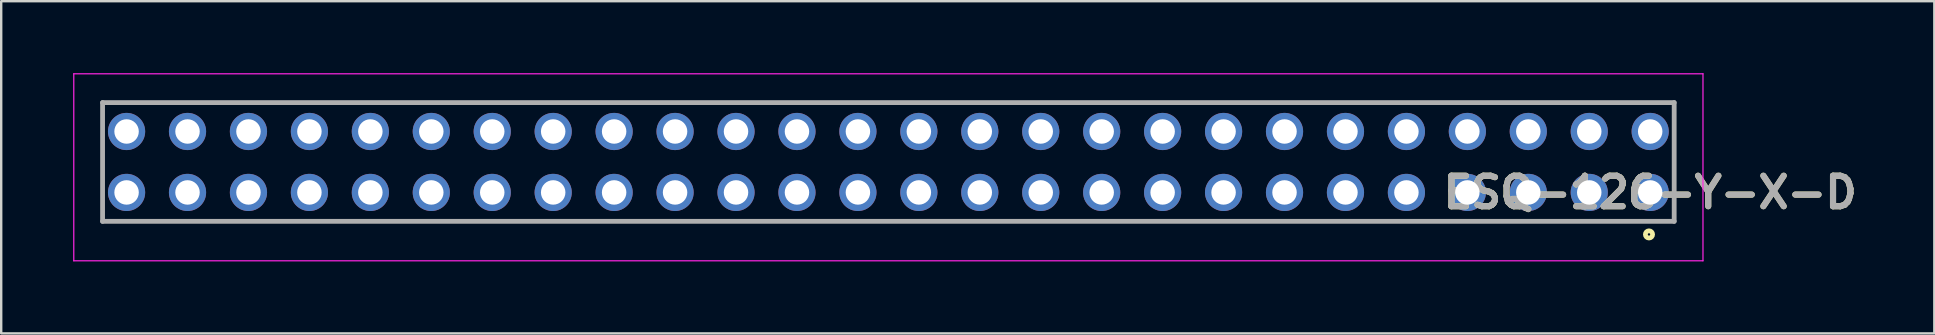
<source format=kicad_pcb>
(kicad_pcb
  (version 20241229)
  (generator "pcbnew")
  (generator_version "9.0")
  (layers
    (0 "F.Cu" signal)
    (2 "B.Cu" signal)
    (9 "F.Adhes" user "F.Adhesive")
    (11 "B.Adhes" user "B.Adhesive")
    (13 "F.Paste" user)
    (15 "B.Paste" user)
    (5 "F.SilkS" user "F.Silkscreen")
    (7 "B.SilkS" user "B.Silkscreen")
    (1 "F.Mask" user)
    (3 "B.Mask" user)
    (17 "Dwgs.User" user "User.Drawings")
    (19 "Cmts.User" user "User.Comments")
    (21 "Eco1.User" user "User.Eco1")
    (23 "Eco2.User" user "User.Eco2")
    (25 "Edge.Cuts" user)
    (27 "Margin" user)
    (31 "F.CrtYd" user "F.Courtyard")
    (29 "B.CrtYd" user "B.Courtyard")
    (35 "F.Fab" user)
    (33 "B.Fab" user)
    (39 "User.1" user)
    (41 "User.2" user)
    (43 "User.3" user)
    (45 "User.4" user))
  (footprint "ESQ-126-Y-X-D"
    (layer "F.Cu")
    (at 65.725 4.97)
    (property "Reference" "ESQ-126-Y-X-D" (at 0 0 0) (layer "F.SilkS") (effects (font (size 1.27 1.27) (thickness 0.254))))
    (attr through_hole)
    (fp_line (start -64.5 -3.745) (end 1 -3.745) (stroke (width 0.1) (type solid)) (layer "F.SilkS"))
    (fp_line (start -64.5 1.205) (end -64.5 -3.745) (stroke (width 0.1) (type solid)) (layer "F.SilkS"))
    (fp_line (start 1 -3.745) (end 1 1.205) (stroke (width 0.1) (type solid)) (layer "F.SilkS"))
    (fp_line (start 1 1.205) (end -64.5 1.205) (stroke (width 0.1) (type solid)) (layer "F.SilkS"))
    (fp_circle (center -0.05 1.75) (end -0.05 1.8) (stroke (width 0.2) (type solid)) (fill no) (layer "F.SilkS"))
    (fp_line (start -65.7 -4.945) (end 2.2 -4.945) (stroke (width 0.05) (type solid)) (layer "F.CrtYd"))
    (fp_line (start -65.7 2.85) (end -65.7 -4.945) (stroke (width 0.05) (type solid)) (layer "F.CrtYd"))
    (fp_line (start 2.2 -4.945) (end 2.2 2.85) (stroke (width 0.05) (type solid)) (layer "F.CrtYd"))
    (fp_line (start 2.2 2.85) (end -65.7 2.85) (stroke (width 0.05) (type solid)) (layer "F.CrtYd"))
    (fp_line (start -64.5 -3.745) (end 1 -3.745) (stroke (width 0.2) (type solid)) (layer "F.Fab"))
    (fp_line (start -64.5 1.205) (end -64.5 -3.745) (stroke (width 0.2) (type solid)) (layer "F.Fab"))
    (fp_line (start 1 -3.745) (end 1 1.205) (stroke (width 0.2) (type solid)) (layer "F.Fab"))
    (fp_line (start 1 1.205) (end -64.5 1.205) (stroke (width 0.2) (type solid)) (layer "F.Fab"))
    (fp_text user "${REFERENCE}" (at 0 0 0) (layer "F.Fab") (effects (font (size 1.27 1.27) (thickness 0.254))))
    (pad "1" thru_hole circle (at 0 0) (size 1.55 1.55) (drill 1.02) (layers "*.Cu" "*.Mask"))
    (pad "2" thru_hole circle (at 0 -2.54) (size 1.55 1.55) (drill 1.02) (layers "*.Cu" "*.Mask"))
    (pad "3" thru_hole circle (at -2.54 0) (size 1.55 1.55) (drill 1.02) (layers "*.Cu" "*.Mask"))
    (pad "4" thru_hole circle (at -2.54 -2.54) (size 1.55 1.55) (drill 1.02) (layers "*.Cu" "*.Mask"))
    (pad "5" thru_hole circle (at -5.08 0) (size 1.55 1.55) (drill 1.02) (layers "*.Cu" "*.Mask"))
    (pad "6" thru_hole circle (at -5.08 -2.54) (size 1.55 1.55) (drill 1.02) (layers "*.Cu" "*.Mask"))
    (pad "7" thru_hole circle (at -7.62 0) (size 1.55 1.55) (drill 1.02) (layers "*.Cu" "*.Mask"))
    (pad "8" thru_hole circle (at -7.62 -2.54) (size 1.55 1.55) (drill 1.02) (layers "*.Cu" "*.Mask"))
    (pad "9" thru_hole circle (at -10.16 0) (size 1.55 1.55) (drill 1.02) (layers "*.Cu" "*.Mask"))
    (pad "10" thru_hole circle (at -10.16 -2.54) (size 1.55 1.55) (drill 1.02) (layers "*.Cu" "*.Mask"))
    (pad "11" thru_hole circle (at -12.7 0) (size 1.55 1.55) (drill 1.02) (layers "*.Cu" "*.Mask"))
    (pad "12" thru_hole circle (at -12.7 -2.54) (size 1.55 1.55) (drill 1.02) (layers "*.Cu" "*.Mask"))
    (pad "13" thru_hole circle (at -15.24 0) (size 1.55 1.55) (drill 1.02) (layers "*.Cu" "*.Mask"))
    (pad "14" thru_hole circle (at -15.24 -2.54) (size 1.55 1.55) (drill 1.02) (layers "*.Cu" "*.Mask"))
    (pad "15" thru_hole circle (at -17.78 0) (size 1.55 1.55) (drill 1.02) (layers "*.Cu" "*.Mask"))
    (pad "16" thru_hole circle (at -17.78 -2.54) (size 1.55 1.55) (drill 1.02) (layers "*.Cu" "*.Mask"))
    (pad "17" thru_hole circle (at -20.32 0) (size 1.55 1.55) (drill 1.02) (layers "*.Cu" "*.Mask"))
    (pad "18" thru_hole circle (at -20.32 -2.54) (size 1.55 1.55) (drill 1.02) (layers "*.Cu" "*.Mask"))
    (pad "19" thru_hole circle (at -22.86 0) (size 1.55 1.55) (drill 1.02) (layers "*.Cu" "*.Mask"))
    (pad "20" thru_hole circle (at -22.86 -2.54) (size 1.55 1.55) (drill 1.02) (layers "*.Cu" "*.Mask"))
    (pad "21" thru_hole circle (at -25.4 0) (size 1.55 1.55) (drill 1.02) (layers "*.Cu" "*.Mask"))
    (pad "22" thru_hole circle (at -25.4 -2.54) (size 1.55 1.55) (drill 1.02) (layers "*.Cu" "*.Mask"))
    (pad "23" thru_hole circle (at -27.94 0) (size 1.55 1.55) (drill 1.02) (layers "*.Cu" "*.Mask"))
    (pad "24" thru_hole circle (at -27.94 -2.54) (size 1.55 1.55) (drill 1.02) (layers "*.Cu" "*.Mask"))
    (pad "25" thru_hole circle (at -30.48 0) (size 1.55 1.55) (drill 1.02) (layers "*.Cu" "*.Mask"))
    (pad "26" thru_hole circle (at -30.48 -2.54) (size 1.55 1.55) (drill 1.02) (layers "*.Cu" "*.Mask"))
    (pad "27" thru_hole circle (at -33.02 0) (size 1.55 1.55) (drill 1.02) (layers "*.Cu" "*.Mask"))
    (pad "28" thru_hole circle (at -33.02 -2.54) (size 1.55 1.55) (drill 1.02) (layers "*.Cu" "*.Mask"))
    (pad "29" thru_hole circle (at -35.56 0) (size 1.55 1.55) (drill 1.02) (layers "*.Cu" "*.Mask"))
    (pad "30" thru_hole circle (at -35.56 -2.54) (size 1.55 1.55) (drill 1.02) (layers "*.Cu" "*.Mask"))
    (pad "31" thru_hole circle (at -38.1 0) (size 1.55 1.55) (drill 1.02) (layers "*.Cu" "*.Mask"))
    (pad "32" thru_hole circle (at -38.1 -2.54) (size 1.55 1.55) (drill 1.02) (layers "*.Cu" "*.Mask"))
    (pad "33" thru_hole circle (at -40.64 0) (size 1.55 1.55) (drill 1.02) (layers "*.Cu" "*.Mask"))
    (pad "34" thru_hole circle (at -40.64 -2.54) (size 1.55 1.55) (drill 1.02) (layers "*.Cu" "*.Mask"))
    (pad "35" thru_hole circle (at -43.18 0) (size 1.55 1.55) (drill 1.02) (layers "*.Cu" "*.Mask"))
    (pad "36" thru_hole circle (at -43.18 -2.54) (size 1.55 1.55) (drill 1.02) (layers "*.Cu" "*.Mask"))
    (pad "37" thru_hole circle (at -45.72 0) (size 1.55 1.55) (drill 1.02) (layers "*.Cu" "*.Mask"))
    (pad "38" thru_hole circle (at -45.72 -2.54) (size 1.55 1.55) (drill 1.02) (layers "*.Cu" "*.Mask"))
    (pad "39" thru_hole circle (at -48.26 0) (size 1.55 1.55) (drill 1.02) (layers "*.Cu" "*.Mask"))
    (pad "40" thru_hole circle (at -48.26 -2.54) (size 1.55 1.55) (drill 1.02) (layers "*.Cu" "*.Mask"))
    (pad "41" thru_hole circle (at -50.8 0) (size 1.55 1.55) (drill 1.02) (layers "*.Cu" "*.Mask"))
    (pad "42" thru_hole circle (at -50.8 -2.54) (size 1.55 1.55) (drill 1.02) (layers "*.Cu" "*.Mask"))
    (pad "43" thru_hole circle (at -53.34 0) (size 1.55 1.55) (drill 1.02) (layers "*.Cu" "*.Mask"))
    (pad "44" thru_hole circle (at -53.34 -2.54) (size 1.55 1.55) (drill 1.02) (layers "*.Cu" "*.Mask"))
    (pad "45" thru_hole circle (at -55.88 0) (size 1.55 1.55) (drill 1.02) (layers "*.Cu" "*.Mask"))
    (pad "46" thru_hole circle (at -55.88 -2.54) (size 1.55 1.55) (drill 1.02) (layers "*.Cu" "*.Mask"))
    (pad "47" thru_hole circle (at -58.42 0) (size 1.55 1.55) (drill 1.02) (layers "*.Cu" "*.Mask"))
    (pad "48" thru_hole circle (at -58.42 -2.54) (size 1.55 1.55) (drill 1.02) (layers "*.Cu" "*.Mask"))
    (pad "49" thru_hole circle (at -60.96 0) (size 1.55 1.55) (drill 1.02) (layers "*.Cu" "*.Mask"))
    (pad "50" thru_hole circle (at -60.96 -2.54) (size 1.55 1.55) (drill 1.02) (layers "*.Cu" "*.Mask"))
    (pad "51" thru_hole circle (at -63.5 0) (size 1.55 1.55) (drill 1.02) (layers "*.Cu" "*.Mask"))
    (pad "52" thru_hole circle (at -63.5 -2.54) (size 1.55 1.55) (drill 1.02) (layers "*.Cu" "*.Mask")))
  (gr_rect
    (start -3 -3)
    (end 77.567 10.845)
    (stroke (width 0.1) (type default))
    (fill no)
    (layer "Edge.Cuts")))
</source>
